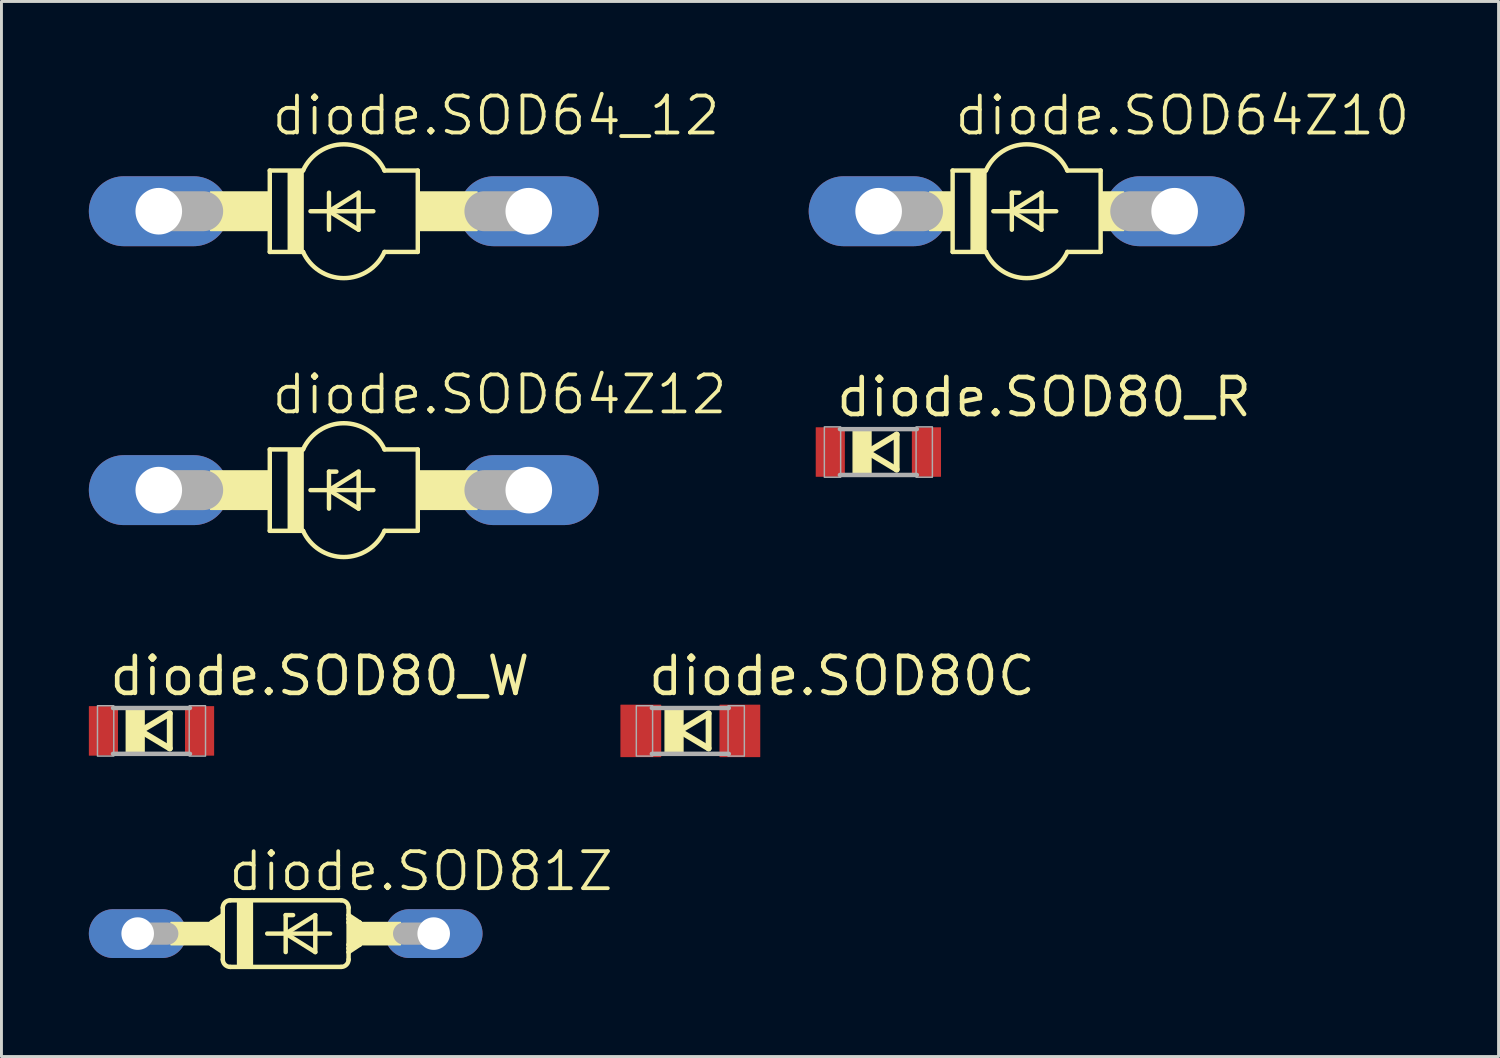
<source format=kicad_pcb>
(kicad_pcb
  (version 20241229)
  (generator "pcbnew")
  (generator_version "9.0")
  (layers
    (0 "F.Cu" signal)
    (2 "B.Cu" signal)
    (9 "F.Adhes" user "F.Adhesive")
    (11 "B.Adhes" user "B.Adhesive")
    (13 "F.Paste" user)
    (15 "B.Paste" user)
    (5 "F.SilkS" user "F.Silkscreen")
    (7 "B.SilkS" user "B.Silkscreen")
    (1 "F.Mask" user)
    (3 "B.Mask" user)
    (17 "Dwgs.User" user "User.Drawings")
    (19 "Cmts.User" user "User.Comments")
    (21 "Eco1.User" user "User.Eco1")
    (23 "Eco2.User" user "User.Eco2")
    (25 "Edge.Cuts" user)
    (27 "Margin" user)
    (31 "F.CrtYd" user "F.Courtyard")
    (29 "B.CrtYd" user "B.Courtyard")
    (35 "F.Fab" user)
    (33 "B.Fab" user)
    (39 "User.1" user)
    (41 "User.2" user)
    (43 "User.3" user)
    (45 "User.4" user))
  (footprint "diode.SOD81Z"
    (layer "F.Cu")
    (at 6.756 28.995)
    (property "Reference" "diode.SOD81Z" (at -2.032 -1.397 0) (layer "F.SilkS") (effects (font (size 1.27 1.27) (thickness 0.13)) (justify left bottom)))
    (attr through_hole)
    (fp_line (start -2.54 -0.381) (end -2.54 0.381) (stroke (width 0.152) (type default)) (layer "F.SilkS"))
    (fp_line (start -2.54 -0.381) (end -2.413 -0.381) (stroke (width 0.152) (type default)) (layer "F.SilkS"))
    (fp_line (start -2.54 0.381) (end -2.413 0.381) (stroke (width 0.152) (type default)) (layer "F.SilkS"))
    (fp_line (start -2.54 0.381) (end -2.159 0.635) (stroke (width 0.152) (type default)) (layer "F.SilkS"))
    (fp_line (start -2.413 -0.381) (end -2.159 -0.381) (stroke (width 0.152) (type default)) (layer "F.SilkS"))
    (fp_line (start -2.413 0.381) (end -2.159 0.381) (stroke (width 0.152) (type default)) (layer "F.SilkS"))
    (fp_line (start -2.159 -0.635) (end -2.54 -0.381) (stroke (width 0.152) (type default)) (layer "F.SilkS"))
    (fp_line (start -2.159 -0.635) (end -2.159 -0.889) (stroke (width 0.152) (type default)) (layer "F.SilkS"))
    (fp_line (start -2.159 -0.635) (end -2.159 -0.508) (stroke (width 0.152) (type default)) (layer "F.SilkS"))
    (fp_line (start -2.159 -0.508) (end -2.413 -0.381) (stroke (width 0.152) (type default)) (layer "F.SilkS"))
    (fp_line (start -2.159 -0.508) (end -2.159 -0.381) (stroke (width 0.152) (type default)) (layer "F.SilkS"))
    (fp_line (start -2.159 -0.381) (end -2.159 0.381) (stroke (width 0.152) (type default)) (layer "F.SilkS"))
    (fp_line (start -2.159 0.381) (end -2.159 0.508) (stroke (width 0.152) (type default)) (layer "F.SilkS"))
    (fp_line (start -2.159 0.508) (end -2.413 0.381) (stroke (width 0.152) (type default)) (layer "F.SilkS"))
    (fp_line (start -2.159 0.508) (end -2.159 0.635) (stroke (width 0.152) (type default)) (layer "F.SilkS"))
    (fp_line (start -2.159 0.635) (end -2.159 0.889) (stroke (width 0.152) (type default)) (layer "F.SilkS"))
    (fp_line (start -1.905 -1.143) (end 1.905 -1.143) (stroke (width 0.152) (type default)) (layer "F.SilkS"))
    (fp_line (start -1.905 1.143) (end 1.905 1.143) (stroke (width 0.152) (type default)) (layer "F.SilkS"))
    (fp_line (start -0.635 0) (end 0 0) (stroke (width 0.152) (type default)) (layer "F.SilkS"))
    (fp_line (start 0 -0.635) (end 0 0) (stroke (width 0.152) (type default)) (layer "F.SilkS"))
    (fp_line (start 0 0) (end 0 0.635) (stroke (width 0.152) (type default)) (layer "F.SilkS"))
    (fp_line (start 0 0) (end 1.016 -0.635) (stroke (width 0.152) (type default)) (layer "F.SilkS"))
    (fp_line (start 0 0) (end 1.524 0) (stroke (width 0.152) (type default)) (layer "F.SilkS"))
    (fp_line (start 0.254 -0.635) (end 0 -0.635) (stroke (width 0.152) (type default)) (layer "F.SilkS"))
    (fp_line (start 1.016 -0.635) (end 1.016 0.635) (stroke (width 0.152) (type default)) (layer "F.SilkS"))
    (fp_line (start 1.016 0.635) (end 0 0) (stroke (width 0.152) (type default)) (layer "F.SilkS"))
    (fp_line (start 2.159 -0.635) (end 2.159 -0.889) (stroke (width 0.152) (type default)) (layer "F.SilkS"))
    (fp_line (start 2.159 -0.635) (end 2.54 -0.381) (stroke (width 0.152) (type default)) (layer "F.SilkS"))
    (fp_line (start 2.159 -0.508) (end 2.159 -0.635) (stroke (width 0.152) (type default)) (layer "F.SilkS"))
    (fp_line (start 2.159 -0.508) (end 2.413 -0.381) (stroke (width 0.152) (type default)) (layer "F.SilkS"))
    (fp_line (start 2.159 -0.381) (end 2.159 -0.508) (stroke (width 0.152) (type default)) (layer "F.SilkS"))
    (fp_line (start 2.159 0.381) (end 2.159 -0.381) (stroke (width 0.152) (type default)) (layer "F.SilkS"))
    (fp_line (start 2.159 0.508) (end 2.159 0.381) (stroke (width 0.152) (type default)) (layer "F.SilkS"))
    (fp_line (start 2.159 0.508) (end 2.413 0.381) (stroke (width 0.152) (type default)) (layer "F.SilkS"))
    (fp_line (start 2.159 0.635) (end 2.159 0.508) (stroke (width 0.152) (type default)) (layer "F.SilkS"))
    (fp_line (start 2.159 0.635) (end 2.159 0.889) (stroke (width 0.152) (type default)) (layer "F.SilkS"))
    (fp_line (start 2.159 0.635) (end 2.54 0.381) (stroke (width 0.152) (type default)) (layer "F.SilkS"))
    (fp_line (start 2.413 -0.381) (end 2.159 -0.381) (stroke (width 0.152) (type default)) (layer "F.SilkS"))
    (fp_line (start 2.413 0.381) (end 2.159 0.381) (stroke (width 0.152) (type default)) (layer "F.SilkS"))
    (fp_line (start 2.54 -0.381) (end 2.413 -0.381) (stroke (width 0.152) (type default)) (layer "F.SilkS"))
    (fp_line (start 2.54 -0.381) (end 2.54 0.381) (stroke (width 0.152) (type default)) (layer "F.SilkS"))
    (fp_line (start 2.54 0.381) (end 2.413 0.381) (stroke (width 0.152) (type default)) (layer "F.SilkS"))
    (fp_rect (start -3.937 0.381) (end -2.159 -0.381) (stroke (width 0.05) (type default)) (fill yes) (layer "F.SilkS"))
    (fp_rect (start -1.651 1.143) (end -1.143 -1.143) (stroke (width 0.05) (type default)) (fill yes) (layer "F.SilkS"))
    (fp_rect (start 2.159 0.381) (end 3.937 -0.381) (stroke (width 0.05) (type default)) (fill yes) (layer "F.SilkS"))
    (fp_arc (start -2.159 -0.889) (mid -2.084605 -1.068605) (end -1.905 -1.143) (stroke (width 0.1524) (type default)) (layer "F.SilkS"))
    (fp_arc (start -1.905 1.143) (mid -2.084605 1.068605) (end -2.159 0.889) (stroke (width 0.1524) (type default)) (layer "F.SilkS"))
    (fp_arc (start 1.905 -1.143) (mid 2.084605 -1.068605) (end 2.159 -0.889) (stroke (width 0.1524) (type default)) (layer "F.SilkS"))
    (fp_arc (start 2.159 0.889) (mid 2.084605 1.068605) (end 1.905 1.143) (stroke (width 0.1524) (type default)) (layer "F.SilkS"))
    (fp_line (start -5.08 0) (end -4.064 0) (stroke (width 0.762) (type default)) (layer "F.Fab"))
    (fp_line (start 5.08 0) (end 4.064 0) (stroke (width 0.762) (type default)) (layer "F.Fab"))
    (pad "A" thru_hole oval (at 5.08 0) (size 3.353 1.676) (drill 1.118) (layers "*.Cu" "*.Mask"))
    (pad "C" thru_hole oval (at -5.08 0) (size 3.353 1.676) (drill 1.118) (layers "*.Cu" "*.Mask")))
  (footprint "diode.SOD80C"
    (layer "F.Cu")
    (at 20.645 22.038)
    (property "Reference" "diode.SOD80C" (at -1.524 -1.143 0) (layer "F.SilkS") (effects (font (size 1.27 1.27) (thickness 0.16)) (justify left bottom)))
    (attr smd)
    (fp_line (start -0.373 0) (end 0.627 0.6) (stroke (width 0.203) (type default)) (layer "F.SilkS"))
    (fp_line (start 0.627 -0.6) (end -0.373 0) (stroke (width 0.203) (type default)) (layer "F.SilkS"))
    (fp_line (start 0.627 0.6) (end 0.627 -0.6) (stroke (width 0.203) (type default)) (layer "F.SilkS"))
    (fp_rect (start -0.864 0.787) (end -0.254 -0.787) (stroke (width 0.05) (type default)) (fill yes) (layer "F.SilkS"))
    (fp_line (start 1.321 -0.787) (end -1.321 -0.787) (stroke (width 0.152) (type default)) (layer "F.Fab"))
    (fp_line (start 1.321 0.787) (end -1.321 0.787) (stroke (width 0.152) (type default)) (layer "F.Fab"))
    (fp_rect (start -1.854 0.864) (end -1.295 -0.864) (stroke (width 0.05) (type default)) (fill no) (layer "F.Fab"))
    (fp_rect (start 1.295 0.864) (end 1.854 -0.864) (stroke (width 0.05) (type default)) (fill no) (layer "F.Fab"))
    (pad "A" smd roundrect (at 1.7 0) (size 1.4 1.8) (layers "F.Cu" "F.Mask" "F.Paste") (roundrect_rratio 0.01))
    (pad "C" smd roundrect (at -1.7 0) (size 1.4 1.8) (layers "F.Cu" "F.Mask" "F.Paste") (roundrect_rratio 0.01)))
  (footprint "diode.SOD64Z10"
    (layer "F.Cu")
    (at 32.188 4.2)
    (property "Reference" "diode.SOD64Z10" (at -2.54 -2.54 0) (layer "F.SilkS") (effects (font (size 1.27 1.27) (thickness 0.13)) (justify left bottom)))
    (attr through_hole)
    (fp_line (start -2.54 -1.397) (end -2.54 1.397) (stroke (width 0.152) (type default)) (layer "F.SilkS"))
    (fp_line (start -2.54 -1.397) (end -1.397 -1.397) (stroke (width 0.152) (type default)) (layer "F.SilkS"))
    (fp_line (start -2.54 1.397) (end -1.397 1.397) (stroke (width 0.152) (type default)) (layer "F.SilkS"))
    (fp_line (start -1.143 0) (end -0.508 0) (stroke (width 0.152) (type default)) (layer "F.SilkS"))
    (fp_line (start -0.508 -0.635) (end -0.508 0) (stroke (width 0.152) (type default)) (layer "F.SilkS"))
    (fp_line (start -0.508 0) (end -0.508 0.635) (stroke (width 0.152) (type default)) (layer "F.SilkS"))
    (fp_line (start -0.508 0) (end 0.508 -0.635) (stroke (width 0.152) (type default)) (layer "F.SilkS"))
    (fp_line (start -0.508 0) (end 1.016 0) (stroke (width 0.152) (type default)) (layer "F.SilkS"))
    (fp_line (start -0.254 -0.635) (end -0.508 -0.635) (stroke (width 0.152) (type default)) (layer "F.SilkS"))
    (fp_line (start 0.508 -0.635) (end 0.508 0.635) (stroke (width 0.152) (type default)) (layer "F.SilkS"))
    (fp_line (start 0.508 0.635) (end -0.508 0) (stroke (width 0.152) (type default)) (layer "F.SilkS"))
    (fp_line (start 1.397 1.397) (end 2.54 1.397) (stroke (width 0.152) (type default)) (layer "F.SilkS"))
    (fp_line (start 2.54 -1.397) (end 1.397 -1.397) (stroke (width 0.152) (type default)) (layer "F.SilkS"))
    (fp_line (start 2.54 1.397) (end 2.54 -1.397) (stroke (width 0.152) (type default)) (layer "F.SilkS"))
    (fp_rect (start -3.327 0.66) (end -2.54 -0.66) (stroke (width 0.05) (type default)) (fill yes) (layer "F.SilkS"))
    (fp_rect (start -1.905 1.397) (end -1.397 -1.397) (stroke (width 0.05) (type default)) (fill yes) (layer "F.SilkS"))
    (fp_rect (start 2.54 0.66) (end 3.327 -0.66) (stroke (width 0.05) (type default)) (fill yes) (layer "F.SilkS"))
    (fp_arc (start -1.397 -1.397) (mid 0 -2.296547) (end 1.397 -1.397) (stroke (width 0.1524) (type default)) (layer "F.SilkS"))
    (fp_arc (start 1.397 1.397) (mid 0 2.296547) (end -1.397 1.397) (stroke (width 0.1524) (type default)) (layer "F.SilkS"))
    (fp_line (start -5.08 0) (end -3.556 0) (stroke (width 1.372) (type default)) (layer "F.Fab"))
    (fp_line (start 5.08 0) (end 3.556 0) (stroke (width 1.372) (type default)) (layer "F.Fab"))
    (pad "A" thru_hole oval (at 5.08 0) (size 4.801 2.4) (drill 1.6) (layers "*.Cu" "*.Mask"))
    (pad "C" thru_hole oval (at -5.08 0) (size 4.801 2.4) (drill 1.6) (layers "*.Cu" "*.Mask")))
  (footprint "diode.SOD64Z12"
    (layer "F.Cu")
    (at 8.75 13.773)
    (property "Reference" "diode.SOD64Z12" (at -2.54 -2.54 0) (layer "F.SilkS") (effects (font (size 1.27 1.27) (thickness 0.13)) (justify left bottom)))
    (attr through_hole)
    (fp_line (start -2.54 -1.397) (end -2.54 1.397) (stroke (width 0.152) (type default)) (layer "F.SilkS"))
    (fp_line (start -2.54 -1.397) (end -1.397 -1.397) (stroke (width 0.152) (type default)) (layer "F.SilkS"))
    (fp_line (start -2.54 1.397) (end -1.397 1.397) (stroke (width 0.152) (type default)) (layer "F.SilkS"))
    (fp_line (start -1.143 0) (end -0.508 0) (stroke (width 0.152) (type default)) (layer "F.SilkS"))
    (fp_line (start -0.508 -0.635) (end -0.508 0) (stroke (width 0.152) (type default)) (layer "F.SilkS"))
    (fp_line (start -0.508 0) (end -0.508 0.635) (stroke (width 0.152) (type default)) (layer "F.SilkS"))
    (fp_line (start -0.508 0) (end 0.508 -0.635) (stroke (width 0.152) (type default)) (layer "F.SilkS"))
    (fp_line (start -0.508 0) (end 1.016 0) (stroke (width 0.152) (type default)) (layer "F.SilkS"))
    (fp_line (start -0.254 -0.635) (end -0.508 -0.635) (stroke (width 0.152) (type default)) (layer "F.SilkS"))
    (fp_line (start 0.508 -0.635) (end 0.508 0.635) (stroke (width 0.152) (type default)) (layer "F.SilkS"))
    (fp_line (start 0.508 0.635) (end -0.508 0) (stroke (width 0.152) (type default)) (layer "F.SilkS"))
    (fp_line (start 1.397 1.397) (end 2.54 1.397) (stroke (width 0.152) (type default)) (layer "F.SilkS"))
    (fp_line (start 2.54 -1.397) (end 1.397 -1.397) (stroke (width 0.152) (type default)) (layer "F.SilkS"))
    (fp_line (start 2.54 1.397) (end 2.54 -1.397) (stroke (width 0.152) (type default)) (layer "F.SilkS"))
    (fp_rect (start -4.572 0.66) (end -2.54 -0.66) (stroke (width 0.05) (type default)) (fill yes) (layer "F.SilkS"))
    (fp_rect (start -1.905 1.397) (end -1.397 -1.397) (stroke (width 0.05) (type default)) (fill yes) (layer "F.SilkS"))
    (fp_rect (start 2.54 0.66) (end 4.572 -0.66) (stroke (width 0.05) (type default)) (fill yes) (layer "F.SilkS"))
    (fp_arc (start -1.397 -1.397) (mid 0 -2.296547) (end 1.397 -1.397) (stroke (width 0.1524) (type default)) (layer "F.SilkS"))
    (fp_arc (start 1.397 1.397) (mid 0 2.296547) (end -1.397 1.397) (stroke (width 0.1524) (type default)) (layer "F.SilkS"))
    (fp_line (start -6.35 0) (end -4.826 0) (stroke (width 1.372) (type default)) (layer "F.Fab"))
    (fp_line (start 6.35 0) (end 4.826 0) (stroke (width 1.372) (type default)) (layer "F.Fab"))
    (pad "A" thru_hole oval (at 6.35 0) (size 4.801 2.4) (drill 1.6) (layers "*.Cu" "*.Mask"))
    (pad "C" thru_hole oval (at -6.35 0) (size 4.801 2.4) (drill 1.6) (layers "*.Cu" "*.Mask")))
  (footprint "diode.SOD80_R"
    (layer "F.Cu")
    (at 27.099 12.466)
    (property "Reference" "diode.SOD80_R" (at -1.524 -1.143 0) (layer "F.SilkS") (effects (font (size 1.27 1.27) (thickness 0.16)) (justify left bottom)))
    (attr smd)
    (fp_line (start -0.373 0) (end 0.627 0.6) (stroke (width 0.203) (type default)) (layer "F.SilkS"))
    (fp_line (start 0.627 -0.6) (end -0.373 0) (stroke (width 0.203) (type default)) (layer "F.SilkS"))
    (fp_line (start 0.627 0.6) (end 0.627 -0.6) (stroke (width 0.203) (type default)) (layer "F.SilkS"))
    (fp_rect (start -0.864 0.787) (end -0.254 -0.787) (stroke (width 0.05) (type default)) (fill yes) (layer "F.SilkS"))
    (fp_line (start 1.321 -0.787) (end -1.321 -0.787) (stroke (width 0.152) (type default)) (layer "F.Fab"))
    (fp_line (start 1.321 0.787) (end -1.321 0.787) (stroke (width 0.152) (type default)) (layer "F.Fab"))
    (fp_rect (start -1.854 0.864) (end -1.295 -0.864) (stroke (width 0.05) (type default)) (fill no) (layer "F.Fab"))
    (fp_rect (start 1.295 0.864) (end 1.854 -0.864) (stroke (width 0.05) (type default)) (fill no) (layer "F.Fab"))
    (pad "A" smd roundrect (at 1.65 0) (size 1 1.7) (layers "F.Cu" "F.Mask" "F.Paste") (roundrect_rratio 0.01))
    (pad "C" smd roundrect (at -1.65 0) (size 1 1.7) (layers "F.Cu" "F.Mask" "F.Paste") (roundrect_rratio 0.01)))
  (footprint "diode.SOD80_W"
    (layer "F.Cu")
    (at 2.15 22.038)
    (property "Reference" "diode.SOD80_W" (at -1.524 -1.143 0) (layer "F.SilkS") (effects (font (size 1.27 1.27) (thickness 0.16)) (justify left bottom)))
    (attr smd)
    (fp_line (start -0.373 0) (end 0.627 0.6) (stroke (width 0.203) (type default)) (layer "F.SilkS"))
    (fp_line (start 0.627 -0.6) (end -0.373 0) (stroke (width 0.203) (type default)) (layer "F.SilkS"))
    (fp_line (start 0.627 0.6) (end 0.627 -0.6) (stroke (width 0.203) (type default)) (layer "F.SilkS"))
    (fp_rect (start -0.864 0.787) (end -0.254 -0.787) (stroke (width 0.05) (type default)) (fill yes) (layer "F.SilkS"))
    (fp_line (start 1.321 -0.787) (end -1.321 -0.787) (stroke (width 0.152) (type default)) (layer "F.Fab"))
    (fp_line (start 1.321 0.787) (end -1.321 0.787) (stroke (width 0.152) (type default)) (layer "F.Fab"))
    (fp_rect (start -1.854 0.864) (end -1.295 -0.864) (stroke (width 0.05) (type default)) (fill no) (layer "F.Fab"))
    (fp_rect (start 1.295 0.864) (end 1.854 -0.864) (stroke (width 0.05) (type default)) (fill no) (layer "F.Fab"))
    (pad "A" smd roundrect (at 1.65 0) (size 1 1.7) (layers "F.Cu" "F.Mask" "F.Paste") (roundrect_rratio 0.01))
    (pad "C" smd roundrect (at -1.65 0) (size 1 1.7) (layers "F.Cu" "F.Mask" "F.Paste") (roundrect_rratio 0.01)))
  (footprint "diode.SOD64_12"
    (layer "F.Cu")
    (at 8.75 4.2)
    (property "Reference" "diode.SOD64_12" (at -2.54 -2.54 0) (layer "F.SilkS") (effects (font (size 1.27 1.27) (thickness 0.13)) (justify left bottom)))
    (attr through_hole)
    (fp_line (start -2.54 -1.397) (end -2.54 1.397) (stroke (width 0.152) (type default)) (layer "F.SilkS"))
    (fp_line (start -2.54 -1.397) (end -1.397 -1.397) (stroke (width 0.152) (type default)) (layer "F.SilkS"))
    (fp_line (start -2.54 1.397) (end -1.397 1.397) (stroke (width 0.152) (type default)) (layer "F.SilkS"))
    (fp_line (start -1.143 0) (end -0.508 0) (stroke (width 0.152) (type default)) (layer "F.SilkS"))
    (fp_line (start -0.508 -0.635) (end -0.508 0) (stroke (width 0.152) (type default)) (layer "F.SilkS"))
    (fp_line (start -0.508 0) (end -0.508 0.635) (stroke (width 0.152) (type default)) (layer "F.SilkS"))
    (fp_line (start -0.508 0) (end 0.508 -0.635) (stroke (width 0.152) (type default)) (layer "F.SilkS"))
    (fp_line (start -0.508 0) (end 1.016 0) (stroke (width 0.152) (type default)) (layer "F.SilkS"))
    (fp_line (start 0.508 -0.635) (end 0.508 0.635) (stroke (width 0.152) (type default)) (layer "F.SilkS"))
    (fp_line (start 0.508 0.635) (end -0.508 0) (stroke (width 0.152) (type default)) (layer "F.SilkS"))
    (fp_line (start 1.397 1.397) (end 2.54 1.397) (stroke (width 0.152) (type default)) (layer "F.SilkS"))
    (fp_line (start 2.54 -1.397) (end 1.397 -1.397) (stroke (width 0.152) (type default)) (layer "F.SilkS"))
    (fp_line (start 2.54 1.397) (end 2.54 -1.397) (stroke (width 0.152) (type default)) (layer "F.SilkS"))
    (fp_rect (start -4.572 0.66) (end -2.54 -0.66) (stroke (width 0.05) (type default)) (fill yes) (layer "F.SilkS"))
    (fp_rect (start -1.905 1.397) (end -1.397 -1.397) (stroke (width 0.05) (type default)) (fill yes) (layer "F.SilkS"))
    (fp_rect (start 2.54 0.66) (end 4.572 -0.66) (stroke (width 0.05) (type default)) (fill yes) (layer "F.SilkS"))
    (fp_arc (start -1.397 -1.397) (mid 0 -2.296547) (end 1.397 -1.397) (stroke (width 0.1524) (type default)) (layer "F.SilkS"))
    (fp_arc (start 1.397 1.397) (mid 0 2.296547) (end -1.397 1.397) (stroke (width 0.1524) (type default)) (layer "F.SilkS"))
    (fp_line (start -6.35 0) (end -4.826 0) (stroke (width 1.372) (type default)) (layer "F.Fab"))
    (fp_line (start 6.35 0) (end 4.826 0) (stroke (width 1.372) (type default)) (layer "F.Fab"))
    (pad "A" thru_hole oval (at 6.35 0) (size 4.801 2.4) (drill 1.6) (layers "*.Cu" "*.Mask"))
    (pad "C" thru_hole oval (at -6.35 0) (size 4.801 2.4) (drill 1.6) (layers "*.Cu" "*.Mask")))
  (gr_rect
    (start -3 -3)
    (end 48.386 33.215)
    (stroke (width 0.1) (type default))
    (fill no)
    (layer "Edge.Cuts")))
</source>
